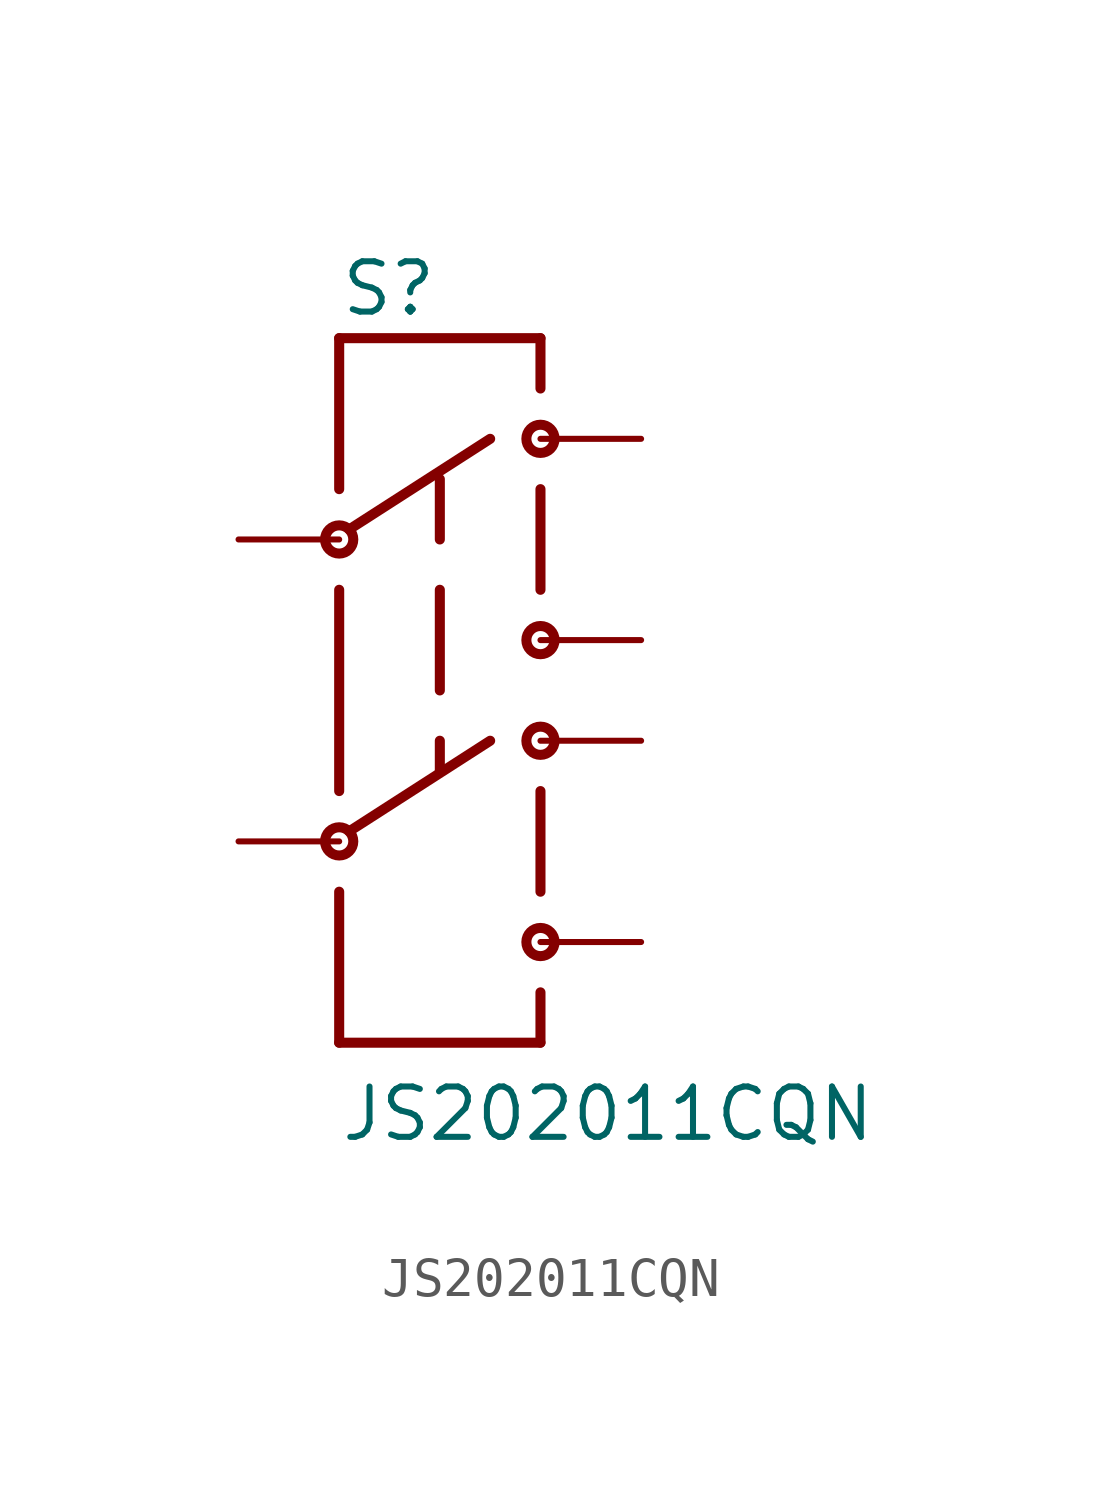
<source format=kicad_sym>
(kicad_symbol_lib
  (version 20211014)
  (generator kicad_symbol_editor)
  (symbol "JS202011CQN"
    (pin_numbers hide)
    (pin_names
      (offset 1.016) hide)
    (property "Reference" "S"
      (at -2.54 8.128 0)
      (effects (font (size 1.27 1.27)) (justify left bottom)))
    (property "Value" "JS202011CQN"
      (at -2.54 -12.7 0)
      (effects (font (size 1.27 1.27)) (justify left bottom)))
    (property "ki_locked" ""
      (at 0 0 0)
      (effects (font (size 1.27 1.27))))
    (symbol "JS202011CQN_0_0"
      (circle (center -2.54 -5.08) (radius 0.356) (stroke (width 0.254) (type default) (color 0 0 0 0)) (fill (type none)))
      (circle (center -2.54 2.54) (radius 0.356) (stroke (width 0.254) (type default) (color 0 0 0 0)) (fill (type none)))
      (polyline (pts (xy -2.54 -10.16) (xy 2.54 -10.16)) (stroke (width 0.254) (type default) (color 0 0 0 0)) (fill (type none)))
      (polyline (pts (xy -2.54 -6.35) (xy -2.54 -10.16)) (stroke (width 0.254) (type default) (color 0 0 0 0)) (fill (type none)))
      (polyline (pts (xy -2.54 1.27) (xy -2.54 -3.81)) (stroke (width 0.254) (type default) (color 0 0 0 0)) (fill (type none)))
      (polyline (pts (xy -2.54 7.62) (xy -2.54 3.81)) (stroke (width 0.254) (type default) (color 0 0 0 0)) (fill (type none)))
      (polyline (pts (xy -2.286 -4.826) (xy 1.27 -2.54)) (stroke (width 0.254) (type default) (color 0 0 0 0)) (fill (type none)))
      (polyline (pts (xy 0 -2.54) (xy 0 -3.302)) (stroke (width 0.254) (type default) (color 0 0 0 0)) (fill (type none)))
      (polyline (pts (xy 0 1.27) (xy 0 -1.27)) (stroke (width 0.254) (type default) (color 0 0 0 0)) (fill (type none)))
      (polyline (pts (xy 0 4.064) (xy 0 2.54)) (stroke (width 0.254) (type default) (color 0 0 0 0)) (fill (type none)))
      (polyline (pts (xy 1.27 5.08) (xy -2.286 2.794)) (stroke (width 0.254) (type default) (color 0 0 0 0)) (fill (type none)))
      (polyline (pts (xy 2.54 -10.16) (xy 2.54 -8.89)) (stroke (width 0.254) (type default) (color 0 0 0 0)) (fill (type none)))
      (polyline (pts (xy 2.54 -6.35) (xy 2.54 -3.81)) (stroke (width 0.254) (type default) (color 0 0 0 0)) (fill (type none)))
      (polyline (pts (xy 2.54 3.81) (xy 2.54 1.27)) (stroke (width 0.254) (type default) (color 0 0 0 0)) (fill (type none)))
      (polyline (pts (xy 2.54 6.35) (xy 2.54 7.62)) (stroke (width 0.254) (type default) (color 0 0 0 0)) (fill (type none)))
      (polyline (pts (xy 2.54 7.62) (xy -2.54 7.62)) (stroke (width 0.254) (type default) (color 0 0 0 0)) (fill (type none)))
      (circle (center 2.54 -7.62) (radius 0.356) (stroke (width 0.254) (type default) (color 0 0 0 0)) (fill (type none)))
      (circle (center 2.54 -2.54) (radius 0.356) (stroke (width 0.254) (type default) (color 0 0 0 0)) (fill (type none)))
      (circle (center 2.54 0) (radius 0.356) (stroke (width 0.254) (type default) (color 0 0 0 0)) (fill (type none)))
      (circle (center 2.54 5.08) (radius 0.356) (stroke (width 0.254) (type default) (color 0 0 0 0)) (fill (type none)))
      (pin bidirectional line (at 5.08 5.08 180) (length 2.54) (name "~" (effects (font (size 1.016 1.016)))) (number "1" (effects (font (size 1.016 1.016)))))
      (pin bidirectional line (at -5.08 2.54 0) (length 2.54) (name "~" (effects (font (size 1.016 1.016)))) (number "2" (effects (font (size 1.016 1.016)))))
      (pin bidirectional line (at 5.08 0 180) (length 2.54) (name "~" (effects (font (size 1.016 1.016)))) (number "3" (effects (font (size 1.016 1.016)))))
      (pin bidirectional line (at 5.08 -2.54 180) (length 2.54) (name "~" (effects (font (size 1.016 1.016)))) (number "4" (effects (font (size 1.016 1.016)))))
      (pin bidirectional line (at -5.08 -5.08 0) (length 2.54) (name "~" (effects (font (size 1.016 1.016)))) (number "5" (effects (font (size 1.016 1.016)))))
      (pin bidirectional line (at 5.08 -7.62 180) (length 2.54) (name "~" (effects (font (size 1.016 1.016)))) (number "6" (effects (font (size 1.016 1.016))))))))
</source>
